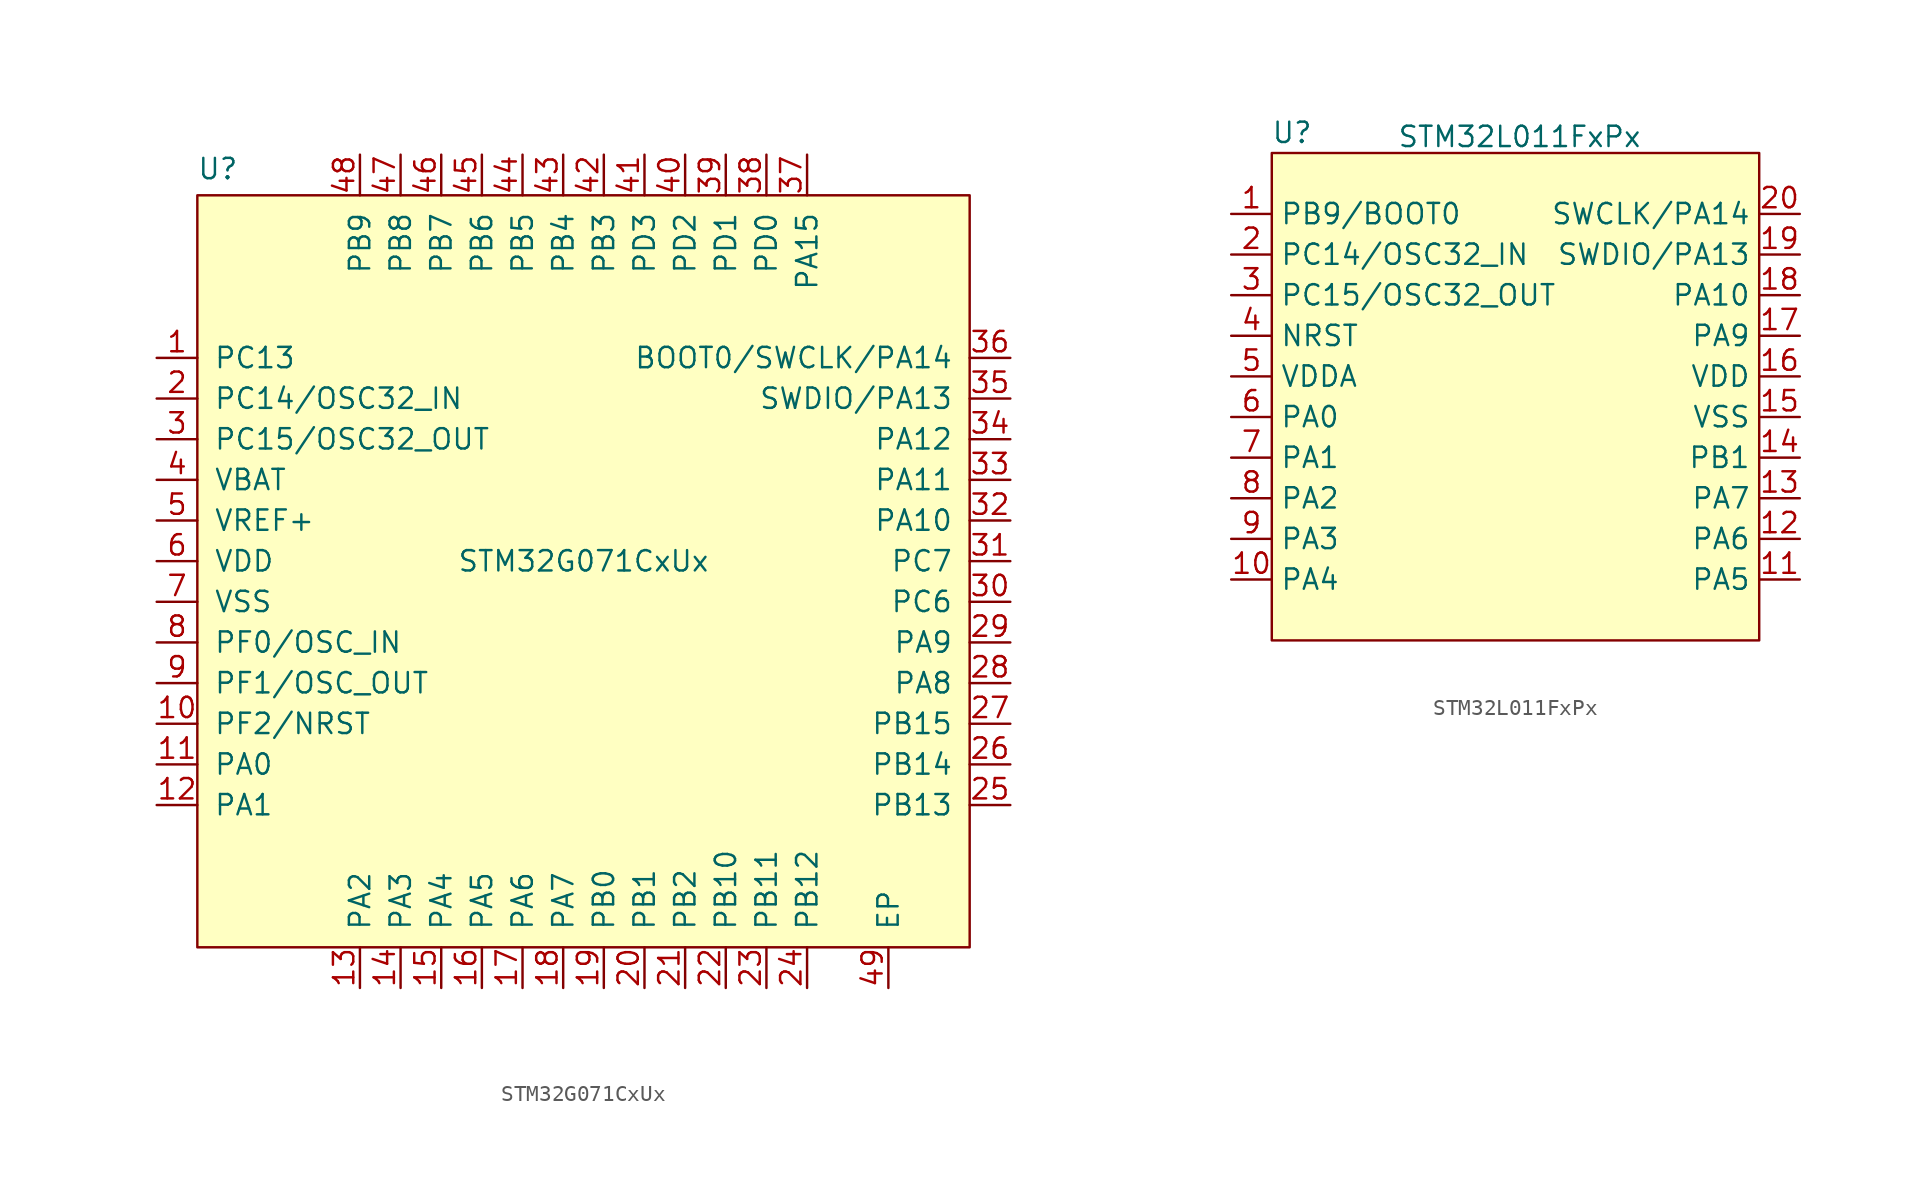
<source format=kicad_sym>
(kicad_symbol_lib
  (version 20241209)
  (generator "kicad_symbol_editor")
  (generator_version "9.0")
  (symbol "STM32G071CxUx"
    (pin_names
      (offset 1.016))
    (property "Reference" "U"
      (at 1.28 48.64 0)
      (effects (font (size 1.27 1.27))))
    (property "Value" "STM32G071CxUx"
      (at 24.13 24.13 0)
      (effects (font (size 1.27 1.27))))
    (symbol "STM32G071CxUx_0_1"
      (rectangle (start 0 46.99) (end 48.26 0) (stroke (width 0) (type default)) (fill (type background))))
    (symbol "STM32G071CxUx_1_1"
      (pin bidirectional line (at -2.54 36.83 0) (length 2.54) (name "PC13" (effects (font (size 1.27 1.27)))) (number "1" (effects (font (size 1.27 1.27)))))
      (pin bidirectional line (at -2.54 34.29 0) (length 2.54) (name "PC14/OSC32_IN" (effects (font (size 1.27 1.27)))) (number "2" (effects (font (size 1.27 1.27)))))
      (pin bidirectional line (at -2.54 31.75 0) (length 2.54) (name "PC15/OSC32_OUT" (effects (font (size 1.27 1.27)))) (number "3" (effects (font (size 1.27 1.27)))))
      (pin power_in line (at -2.54 29.21 0) (length 2.54) (name "VBAT" (effects (font (size 1.27 1.27)))) (number "4" (effects (font (size 1.27 1.27)))))
      (pin power_in line (at -2.54 26.67 0) (length 2.54) (name "VREF+" (effects (font (size 1.27 1.27)))) (number "5" (effects (font (size 1.27 1.27)))))
      (pin power_in line (at -2.54 24.13 0) (length 2.54) (name "VDD" (effects (font (size 1.27 1.27)))) (number "6" (effects (font (size 1.27 1.27)))))
      (pin power_in line (at -2.54 21.59 0) (length 2.54) (name "VSS" (effects (font (size 1.27 1.27)))) (number "7" (effects (font (size 1.27 1.27)))))
      (pin bidirectional line (at -2.54 19.05 0) (length 2.54) (name "PF0/OSC_IN" (effects (font (size 1.27 1.27)))) (number "8" (effects (font (size 1.27 1.27)))))
      (pin bidirectional line (at -2.54 16.51 0) (length 2.54) (name "PF1/OSC_OUT" (effects (font (size 1.27 1.27)))) (number "9" (effects (font (size 1.27 1.27)))))
      (pin bidirectional line (at -2.54 13.97 0) (length 2.54) (name "PF2/NRST" (effects (font (size 1.27 1.27)))) (number "10" (effects (font (size 1.27 1.27)))))
      (pin bidirectional line (at -2.54 11.43 0) (length 2.54) (name "PA0" (effects (font (size 1.27 1.27)))) (number "11" (effects (font (size 1.27 1.27)))))
      (pin bidirectional line (at -2.54 8.89 0) (length 2.54) (name "PA1" (effects (font (size 1.27 1.27)))) (number "12" (effects (font (size 1.27 1.27)))))
      (pin bidirectional line (at 10.16 49.53 270) (length 2.54) (name "PB9" (effects (font (size 1.27 1.27)))) (number "48" (effects (font (size 1.27 1.27)))))
      (pin bidirectional line (at 10.16 -2.54 90) (length 2.54) (name "PA2" (effects (font (size 1.27 1.27)))) (number "13" (effects (font (size 1.27 1.27)))))
      (pin bidirectional line (at 12.7 49.53 270) (length 2.54) (name "PB8" (effects (font (size 1.27 1.27)))) (number "47" (effects (font (size 1.27 1.27)))))
      (pin bidirectional line (at 12.7 -2.54 90) (length 2.54) (name "PA3" (effects (font (size 1.27 1.27)))) (number "14" (effects (font (size 1.27 1.27)))))
      (pin bidirectional line (at 15.24 49.53 270) (length 2.54) (name "PB7" (effects (font (size 1.27 1.27)))) (number "46" (effects (font (size 1.27 1.27)))))
      (pin bidirectional line (at 15.24 -2.54 90) (length 2.54) (name "PA4" (effects (font (size 1.27 1.27)))) (number "15" (effects (font (size 1.27 1.27)))))
      (pin bidirectional line (at 17.78 49.53 270) (length 2.54) (name "PB6" (effects (font (size 1.27 1.27)))) (number "45" (effects (font (size 1.27 1.27)))))
      (pin bidirectional line (at 17.78 -2.54 90) (length 2.54) (name "PA5" (effects (font (size 1.27 1.27)))) (number "16" (effects (font (size 1.27 1.27)))))
      (pin bidirectional line (at 20.32 49.53 270) (length 2.54) (name "PB5" (effects (font (size 1.27 1.27)))) (number "44" (effects (font (size 1.27 1.27)))))
      (pin bidirectional line (at 20.32 -2.54 90) (length 2.54) (name "PA6" (effects (font (size 1.27 1.27)))) (number "17" (effects (font (size 1.27 1.27)))))
      (pin bidirectional line (at 22.86 49.53 270) (length 2.54) (name "PB4" (effects (font (size 1.27 1.27)))) (number "43" (effects (font (size 1.27 1.27)))))
      (pin bidirectional line (at 22.86 -2.54 90) (length 2.54) (name "PA7" (effects (font (size 1.27 1.27)))) (number "18" (effects (font (size 1.27 1.27)))))
      (pin bidirectional line (at 25.4 49.53 270) (length 2.54) (name "PB3" (effects (font (size 1.27 1.27)))) (number "42" (effects (font (size 1.27 1.27)))))
      (pin bidirectional line (at 25.4 -2.54 90) (length 2.54) (name "PB0" (effects (font (size 1.27 1.27)))) (number "19" (effects (font (size 1.27 1.27)))))
      (pin bidirectional line (at 27.94 49.53 270) (length 2.54) (name "PD3" (effects (font (size 1.27 1.27)))) (number "41" (effects (font (size 1.27 1.27)))))
      (pin bidirectional line (at 27.94 -2.54 90) (length 2.54) (name "PB1" (effects (font (size 1.27 1.27)))) (number "20" (effects (font (size 1.27 1.27)))))
      (pin bidirectional line (at 30.48 49.53 270) (length 2.54) (name "PD2" (effects (font (size 1.27 1.27)))) (number "40" (effects (font (size 1.27 1.27)))))
      (pin bidirectional line (at 30.48 -2.54 90) (length 2.54) (name "PB2" (effects (font (size 1.27 1.27)))) (number "21" (effects (font (size 1.27 1.27)))))
      (pin bidirectional line (at 33.02 49.53 270) (length 2.54) (name "PD1" (effects (font (size 1.27 1.27)))) (number "39" (effects (font (size 1.27 1.27)))))
      (pin bidirectional line (at 33.02 -2.54 90) (length 2.54) (name "PB10" (effects (font (size 1.27 1.27)))) (number "22" (effects (font (size 1.27 1.27)))))
      (pin bidirectional line (at 35.56 49.53 270) (length 2.54) (name "PD0" (effects (font (size 1.27 1.27)))) (number "38" (effects (font (size 1.27 1.27)))))
      (pin bidirectional line (at 35.56 -2.54 90) (length 2.54) (name "PB11" (effects (font (size 1.27 1.27)))) (number "23" (effects (font (size 1.27 1.27)))))
      (pin bidirectional line (at 38.1 49.53 270) (length 2.54) (name "PA15" (effects (font (size 1.27 1.27)))) (number "37" (effects (font (size 1.27 1.27)))))
      (pin bidirectional line (at 38.1 -2.54 90) (length 2.54) (name "PB12" (effects (font (size 1.27 1.27)))) (number "24" (effects (font (size 1.27 1.27)))))
      (pin power_in line (at 43.18 -2.54 90) (length 2.54) (name "EP" (effects (font (size 1.27 1.27)))) (number "49" (effects (font (size 1.27 1.27)))))
      (pin bidirectional line (at 50.8 36.83 180) (length 2.54) (name "BOOT0/SWCLK/PA14" (effects (font (size 1.27 1.27)))) (number "36" (effects (font (size 1.27 1.27)))))
      (pin bidirectional line (at 50.8 34.29 180) (length 2.54) (name "SWDIO/PA13" (effects (font (size 1.27 1.27)))) (number "35" (effects (font (size 1.27 1.27)))))
      (pin bidirectional line (at 50.8 31.75 180) (length 2.54) (name "PA12" (effects (font (size 1.27 1.27)))) (number "34" (effects (font (size 1.27 1.27)))))
      (pin bidirectional line (at 50.8 29.21 180) (length 2.54) (name "PA11" (effects (font (size 1.27 1.27)))) (number "33" (effects (font (size 1.27 1.27)))))
      (pin bidirectional line (at 50.8 26.67 180) (length 2.54) (name "PA10" (effects (font (size 1.27 1.27)))) (number "32" (effects (font (size 1.27 1.27)))))
      (pin bidirectional line (at 50.8 24.13 180) (length 2.54) (name "PC7" (effects (font (size 1.27 1.27)))) (number "31" (effects (font (size 1.27 1.27)))))
      (pin bidirectional line (at 50.8 21.59 180) (length 2.54) (name "PC6" (effects (font (size 1.27 1.27)))) (number "30" (effects (font (size 1.27 1.27)))))
      (pin bidirectional line (at 50.8 19.05 180) (length 2.54) (name "PA9" (effects (font (size 1.27 1.27)))) (number "29" (effects (font (size 1.27 1.27)))))
      (pin bidirectional line (at 50.8 16.51 180) (length 2.54) (name "PA8" (effects (font (size 1.27 1.27)))) (number "28" (effects (font (size 1.27 1.27)))))
      (pin bidirectional line (at 50.8 13.97 180) (length 2.54) (name "PB15" (effects (font (size 1.27 1.27)))) (number "27" (effects (font (size 1.27 1.27)))))
      (pin bidirectional line (at 50.8 11.43 180) (length 2.54) (name "PB14" (effects (font (size 1.27 1.27)))) (number "26" (effects (font (size 1.27 1.27)))))
      (pin bidirectional line (at 50.8 8.89 180) (length 2.54) (name "PB13" (effects (font (size 1.27 1.27)))) (number "25" (effects (font (size 1.27 1.27)))))))
  (symbol "STM32L011FxPx"
    (property "Reference" "U"
      (at 1.27 31.75 0)
      (effects (font (size 1.27 1.27))))
    (property "Value" "STM32L011FxPx"
      (at 15.494 31.496 0)
      (effects (font (size 1.27 1.27))))
    (symbol "STM32L011FxPx_0_1"
      (rectangle (start 0 30.48) (end 30.48 0) (stroke (width 0) (type default)) (fill (type background))))
    (symbol "STM32L011FxPx_1_1"
      (pin bidirectional line (at -2.54 26.67 0) (length 2.54) (name "PB9/BOOT0" (effects (font (size 1.27 1.27)))) (number "1" (effects (font (size 1.27 1.27)))))
      (pin bidirectional line (at -2.54 24.13 0) (length 2.54) (name "PC14/OSC32_IN" (effects (font (size 1.27 1.27)))) (number "2" (effects (font (size 1.27 1.27)))))
      (pin bidirectional line (at -2.54 21.59 0) (length 2.54) (name "PC15/OSC32_OUT" (effects (font (size 1.27 1.27)))) (number "3" (effects (font (size 1.27 1.27)))))
      (pin input line (at -2.54 19.05 0) (length 2.54) (name "NRST" (effects (font (size 1.27 1.27)))) (number "4" (effects (font (size 1.27 1.27)))))
      (pin power_in line (at -2.54 16.51 0) (length 2.54) (name "VDDA" (effects (font (size 1.27 1.27)))) (number "5" (effects (font (size 1.27 1.27)))))
      (pin bidirectional line (at -2.54 13.97 0) (length 2.54) (name "PA0" (effects (font (size 1.27 1.27)))) (number "6" (effects (font (size 1.27 1.27)))))
      (pin bidirectional line (at -2.54 11.43 0) (length 2.54) (name "PA1" (effects (font (size 1.27 1.27)))) (number "7" (effects (font (size 1.27 1.27)))))
      (pin bidirectional line (at -2.54 8.89 0) (length 2.54) (name "PA2" (effects (font (size 1.27 1.27)))) (number "8" (effects (font (size 1.27 1.27)))))
      (pin bidirectional line (at -2.54 6.35 0) (length 2.54) (name "PA3" (effects (font (size 1.27 1.27)))) (number "9" (effects (font (size 1.27 1.27)))))
      (pin bidirectional line (at -2.54 3.81 0) (length 2.54) (name "PA4" (effects (font (size 1.27 1.27)))) (number "10" (effects (font (size 1.27 1.27)))))
      (pin bidirectional line (at 33.02 26.67 180) (length 2.54) (name "SWCLK/PA14" (effects (font (size 1.27 1.27)))) (number "20" (effects (font (size 1.27 1.27)))))
      (pin bidirectional line (at 33.02 24.13 180) (length 2.54) (name "SWDIO/PA13" (effects (font (size 1.27 1.27)))) (number "19" (effects (font (size 1.27 1.27)))))
      (pin bidirectional line (at 33.02 21.59 180) (length 2.54) (name "PA10" (effects (font (size 1.27 1.27)))) (number "18" (effects (font (size 1.27 1.27)))))
      (pin bidirectional line (at 33.02 19.05 180) (length 2.54) (name "PA9" (effects (font (size 1.27 1.27)))) (number "17" (effects (font (size 1.27 1.27)))))
      (pin power_in line (at 33.02 16.51 180) (length 2.54) (name "VDD" (effects (font (size 1.27 1.27)))) (number "16" (effects (font (size 1.27 1.27)))))
      (pin power_in line (at 33.02 13.97 180) (length 2.54) (name "VSS" (effects (font (size 1.27 1.27)))) (number "15" (effects (font (size 1.27 1.27)))))
      (pin bidirectional line (at 33.02 11.43 180) (length 2.54) (name "PB1" (effects (font (size 1.27 1.27)))) (number "14" (effects (font (size 1.27 1.27)))))
      (pin bidirectional line (at 33.02 8.89 180) (length 2.54) (name "PA7" (effects (font (size 1.27 1.27)))) (number "13" (effects (font (size 1.27 1.27)))))
      (pin bidirectional line (at 33.02 6.35 180) (length 2.54) (name "PA6" (effects (font (size 1.27 1.27)))) (number "12" (effects (font (size 1.27 1.27)))))
      (pin bidirectional line (at 33.02 3.81 180) (length 2.54) (name "PA5" (effects (font (size 1.27 1.27)))) (number "11" (effects (font (size 1.27 1.27))))))))
</source>
